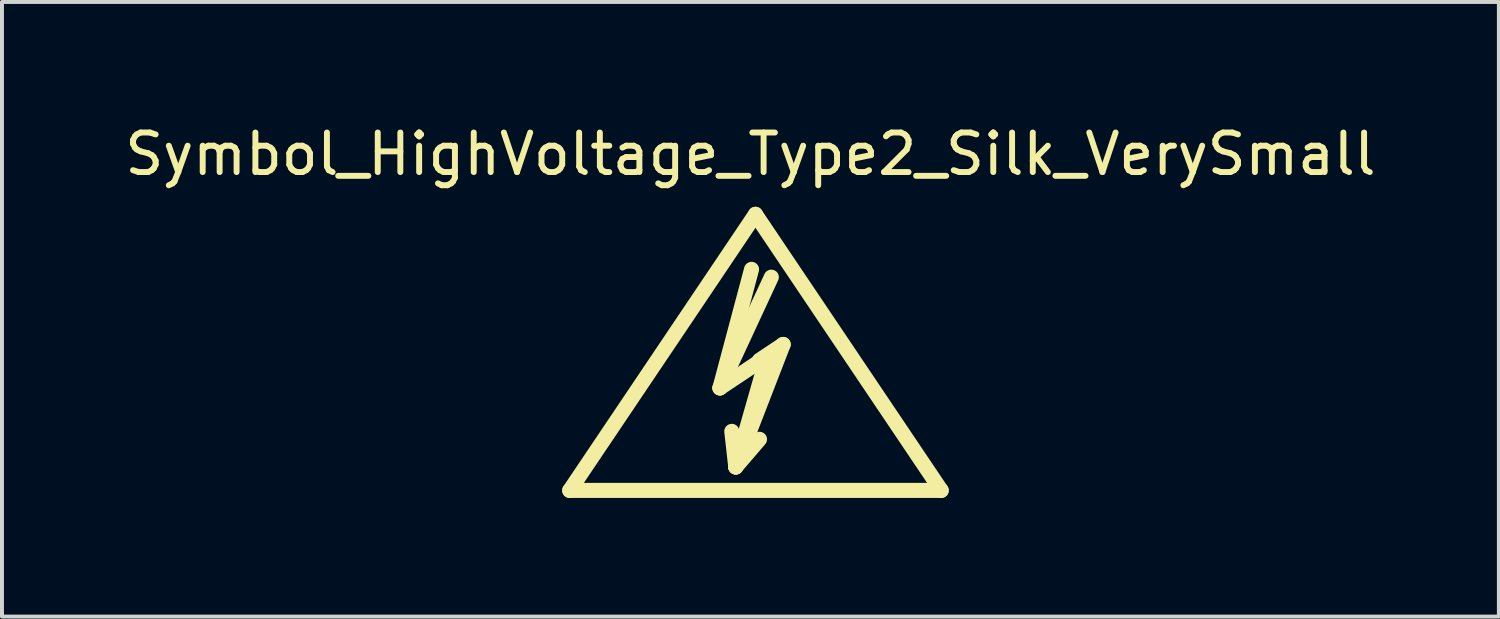
<source format=kicad_pcb>
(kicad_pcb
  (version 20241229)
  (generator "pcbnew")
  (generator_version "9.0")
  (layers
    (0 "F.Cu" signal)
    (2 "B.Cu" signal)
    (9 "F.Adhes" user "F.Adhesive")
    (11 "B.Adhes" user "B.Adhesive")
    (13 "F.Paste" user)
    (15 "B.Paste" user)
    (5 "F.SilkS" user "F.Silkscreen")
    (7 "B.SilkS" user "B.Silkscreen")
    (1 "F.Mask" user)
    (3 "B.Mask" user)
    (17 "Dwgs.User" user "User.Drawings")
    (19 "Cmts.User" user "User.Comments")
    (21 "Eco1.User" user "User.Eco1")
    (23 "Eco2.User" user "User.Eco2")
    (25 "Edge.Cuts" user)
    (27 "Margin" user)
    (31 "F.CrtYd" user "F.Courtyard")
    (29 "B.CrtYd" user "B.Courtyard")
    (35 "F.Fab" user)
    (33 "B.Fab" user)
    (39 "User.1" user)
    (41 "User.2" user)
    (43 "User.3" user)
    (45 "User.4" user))
  (footprint "Symbol_HighVoltage_Type2_Silk_VerySmall"
    (layer "F.Cu")
    (at 16.062 6.563)
    (property "Reference" "Symbol_HighVoltage_Type2_Silk_VerySmall" (at -0.127 -5.715 0) (layer "F.SilkS") (effects (font (size 1 1) (thickness 0.15))))
    (attr through_hole)
    (fp_line (start -4.699 2.794) (end 0 -4.191) (stroke (width 0.381) (type solid)) (layer "F.SilkS"))
    (fp_line (start -0.899 0.201) (end 0.3 -0.599) (stroke (width 0.381) (type solid)) (layer "F.SilkS"))
    (fp_line (start -0.899 0.201) (end 0.401 -2.601) (stroke (width 0.381) (type solid)) (layer "F.SilkS"))
    (fp_line (start -0.498 2.2) (end -0.599 1.3) (stroke (width 0.381) (type solid)) (layer "F.SilkS"))
    (fp_line (start -0.498 2.2) (end 0.102 1.501) (stroke (width 0.381) (type solid)) (layer "F.SilkS"))
    (fp_line (start -0.498 2.2) (end 0.701 -0.899) (stroke (width 0.381) (type solid)) (layer "F.SilkS"))
    (fp_line (start -0.099 -2.799) (end -0.899 0.201) (stroke (width 0.381) (type solid)) (layer "F.SilkS"))
    (fp_line (start 0 -4.191) (end 4.699 2.794) (stroke (width 0.381) (type solid)) (layer "F.SilkS"))
    (fp_line (start 0.3 -0.599) (end -0.498 2.2) (stroke (width 0.381) (type solid)) (layer "F.SilkS"))
    (fp_line (start 0.701 -0.899) (end 0.102 -0.5) (stroke (width 0.381) (type solid)) (layer "F.SilkS"))
    (fp_line (start 4.699 2.794) (end -4.699 2.794) (stroke (width 0.381) (type solid)) (layer "F.SilkS")))
  (gr_rect
    (start -3 -3)
    (end 34.869 12.548)
    (stroke (width 0.1) (type default))
    (fill no)
    (layer "Edge.Cuts")))
</source>
